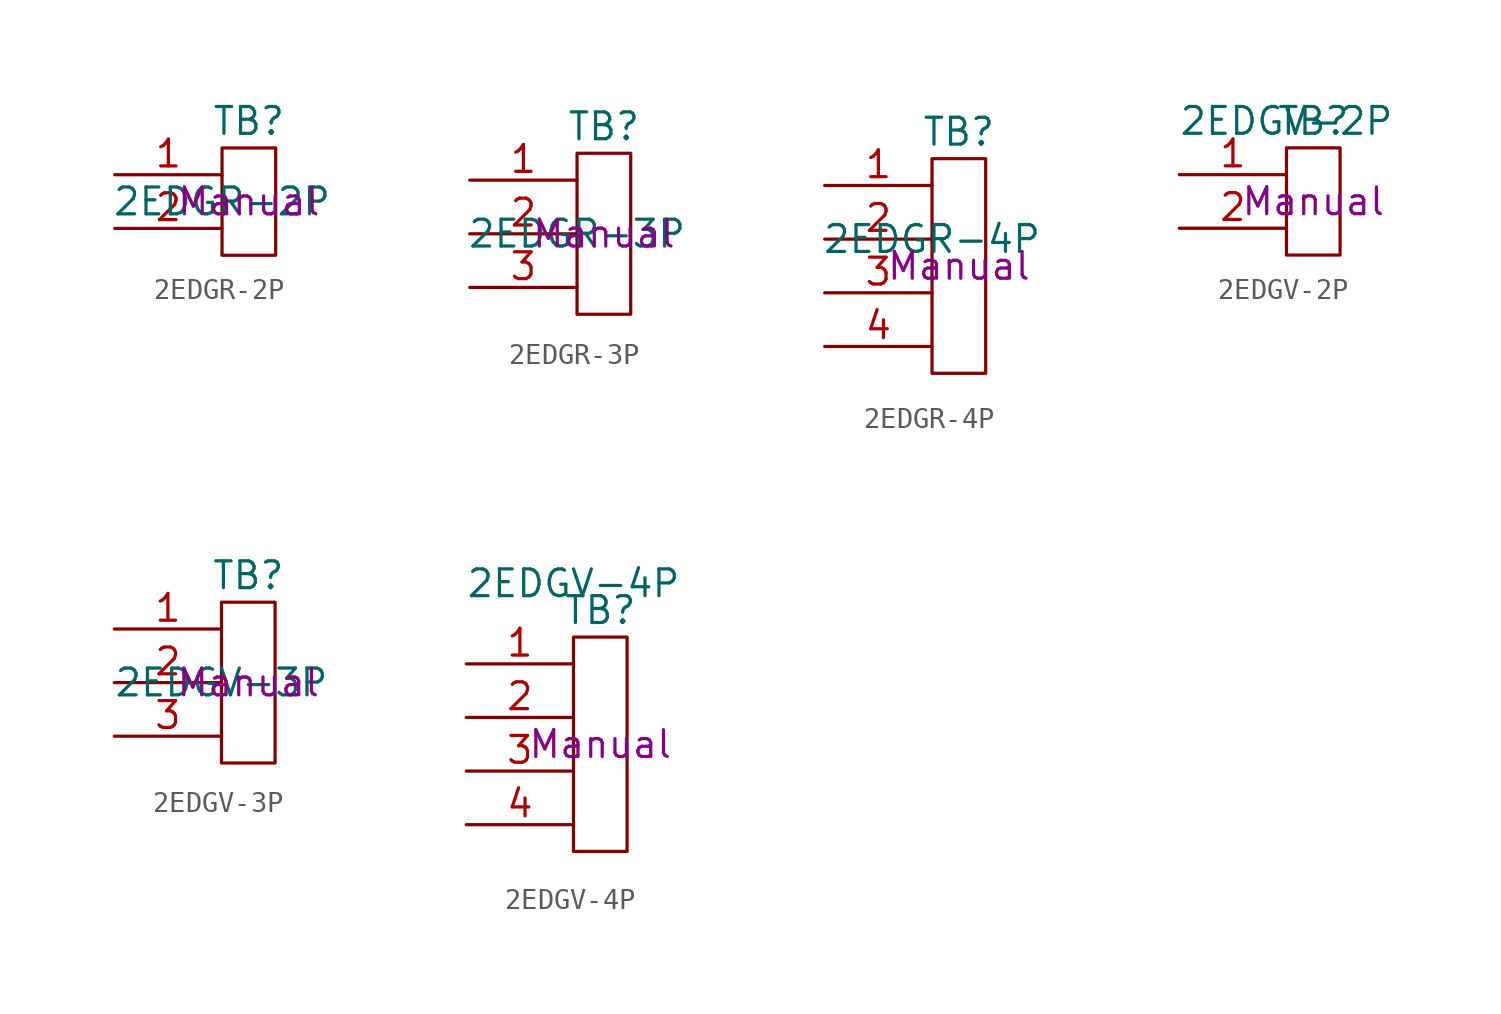
<source format=kicad_sym>
(kicad_symbol_lib
  (version 20220914)
  (generator kicad_symbol_editor)
  (symbol "2EDGR-2P"
    (property "Reference" "TB"
      (at 0 3.81 0)
      (effects (font (size 1.27 1.27))))
    (property "Value" "2EDGR-2P"
      (at -1.27 0 0)
      (effects (font (size 1.27 1.27))))
    (property "Type" "Manual"
      (at 0 0 0)
      (effects (font (size 1.27 1.27))))
    (symbol "2EDGR-2P_0_1"
      (rectangle (start -1.27 2.54) (end 1.27 -2.54) (stroke (width 0) (type default)) (fill (type none))))
    (symbol "2EDGR-2P_1_1"
      (pin input line (at -6.35 1.27 0) (length 5.08) (name "" (effects (font (size 1.27 1.27)))) (number "1" (effects (font (size 1.27 1.27)))))
      (pin input line (at -6.35 -1.27 0) (length 5.08) (name "" (effects (font (size 1.27 1.27)))) (number "2" (effects (font (size 1.27 1.27)))))))
  (symbol "2EDGR-3P"
    (property "Reference" "TB"
      (at 0 5.08 0)
      (effects (font (size 1.27 1.27))))
    (property "Value" "2EDGR-3P"
      (at -1.27 0 0)
      (effects (font (size 1.27 1.27))))
    (property "Type" "Manual"
      (at 0 0 0)
      (effects (font (size 1.27 1.27))))
    (symbol "2EDGR-3P_0_1"
      (rectangle (start -1.27 3.81) (end 1.27 -3.81) (stroke (width 0) (type default)) (fill (type none))))
    (symbol "2EDGR-3P_1_1"
      (pin input line (at -6.35 2.54 0) (length 5.08) (name "" (effects (font (size 1.27 1.27)))) (number "1" (effects (font (size 1.27 1.27)))))
      (pin input line (at -6.35 0 0) (length 5.08) (name "" (effects (font (size 1.27 1.27)))) (number "2" (effects (font (size 1.27 1.27)))))
      (pin input line (at -6.35 -2.54 0) (length 5.08) (name "" (effects (font (size 1.27 1.27)))) (number "3" (effects (font (size 1.27 1.27)))))))
  (symbol "2EDGR-4P"
    (property "Reference" "TB"
      (at 0 6.35 0)
      (effects (font (size 1.27 1.27))))
    (property "Value" "2EDGR-4P"
      (at -1.27 1.27 0)
      (effects (font (size 1.27 1.27))))
    (property "Type" "Manual"
      (at 0 0 0)
      (effects (font (size 1.27 1.27))))
    (symbol "2EDGR-4P_0_1"
      (rectangle (start -1.27 5.08) (end 1.27 -5.08) (stroke (width 0) (type default)) (fill (type none))))
    (symbol "2EDGR-4P_1_1"
      (pin input line (at -6.35 3.81 0) (length 5.08) (name "" (effects (font (size 1.27 1.27)))) (number "1" (effects (font (size 1.27 1.27)))))
      (pin input line (at -6.35 1.27 0) (length 5.08) (name "" (effects (font (size 1.27 1.27)))) (number "2" (effects (font (size 1.27 1.27)))))
      (pin input line (at -6.35 -1.27 0) (length 5.08) (name "" (effects (font (size 1.27 1.27)))) (number "3" (effects (font (size 1.27 1.27)))))
      (pin input line (at -6.35 -3.81 0) (length 5.08) (name "" (effects (font (size 1.27 1.27)))) (number "4" (effects (font (size 1.27 1.27)))))))
  (symbol "2EDGV-2P"
    (property "Reference" "TB"
      (at 0 3.81 0)
      (effects (font (size 1.27 1.27))))
    (property "Value" "2EDGV-2P"
      (at -1.27 3.81 0)
      (effects (font (size 1.27 1.27))))
    (property "Type" "Manual"
      (at 0 0 0)
      (effects (font (size 1.27 1.27))))
    (symbol "2EDGV-2P_0_1"
      (rectangle (start -1.27 2.54) (end 1.27 -2.54) (stroke (width 0) (type default)) (fill (type none))))
    (symbol "2EDGV-2P_1_1"
      (pin input line (at -6.35 1.27 0) (length 5.08) (name "" (effects (font (size 1.27 1.27)))) (number "1" (effects (font (size 1.27 1.27)))))
      (pin input line (at -6.35 -1.27 0) (length 5.08) (name "" (effects (font (size 1.27 1.27)))) (number "2" (effects (font (size 1.27 1.27)))))))
  (symbol "2EDGV-3P"
    (property "Reference" "TB"
      (at 0 5.08 0)
      (effects (font (size 1.27 1.27))))
    (property "Value" "2EDGV-3P"
      (at -1.27 0 0)
      (effects (font (size 1.27 1.27))))
    (property "Type" "Manual"
      (at 0 0 0)
      (effects (font (size 1.27 1.27))))
    (symbol "2EDGV-3P_0_1"
      (rectangle (start -1.27 3.81) (end 1.27 -3.81) (stroke (width 0) (type default)) (fill (type none))))
    (symbol "2EDGV-3P_1_1"
      (pin input line (at -6.35 2.54 0) (length 5.08) (name "" (effects (font (size 1.27 1.27)))) (number "1" (effects (font (size 1.27 1.27)))))
      (pin input line (at -6.35 0 0) (length 5.08) (name "" (effects (font (size 1.27 1.27)))) (number "2" (effects (font (size 1.27 1.27)))))
      (pin input line (at -6.35 -2.54 0) (length 5.08) (name "" (effects (font (size 1.27 1.27)))) (number "3" (effects (font (size 1.27 1.27)))))))
  (symbol "2EDGV-4P"
    (property "Reference" "TB"
      (at 0 6.35 0)
      (effects (font (size 1.27 1.27))))
    (property "Value" "2EDGV-4P"
      (at -1.27 7.62 0)
      (effects (font (size 1.27 1.27))))
    (property "Type" "Manual"
      (at 0 0 0)
      (effects (font (size 1.27 1.27))))
    (symbol "2EDGV-4P_0_1"
      (rectangle (start -1.27 5.08) (end 1.27 -5.08) (stroke (width 0) (type default)) (fill (type none))))
    (symbol "2EDGV-4P_1_1"
      (pin input line (at -6.35 3.81 0) (length 5.08) (name "" (effects (font (size 1.27 1.27)))) (number "1" (effects (font (size 1.27 1.27)))))
      (pin input line (at -6.35 1.27 0) (length 5.08) (name "" (effects (font (size 1.27 1.27)))) (number "2" (effects (font (size 1.27 1.27)))))
      (pin input line (at -6.35 -1.27 0) (length 5.08) (name "" (effects (font (size 1.27 1.27)))) (number "3" (effects (font (size 1.27 1.27)))))
      (pin input line (at -6.35 -3.81 0) (length 5.08) (name "" (effects (font (size 1.27 1.27)))) (number "4" (effects (font (size 1.27 1.27))))))))
</source>
